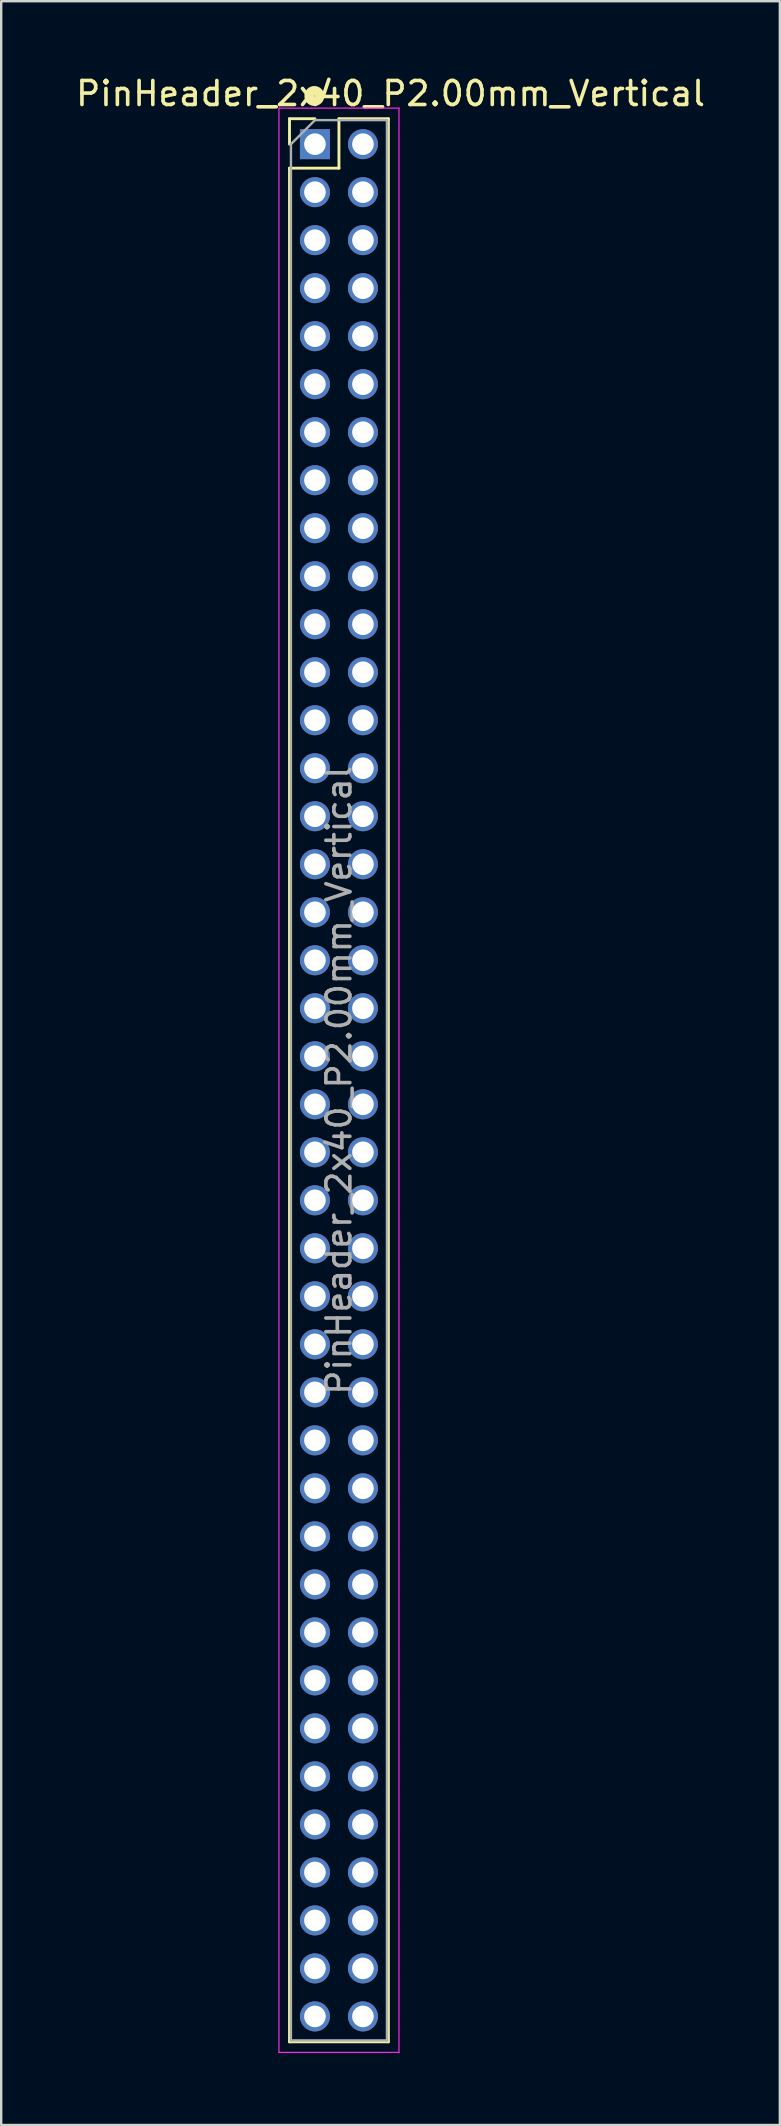
<source format=kicad_pcb>
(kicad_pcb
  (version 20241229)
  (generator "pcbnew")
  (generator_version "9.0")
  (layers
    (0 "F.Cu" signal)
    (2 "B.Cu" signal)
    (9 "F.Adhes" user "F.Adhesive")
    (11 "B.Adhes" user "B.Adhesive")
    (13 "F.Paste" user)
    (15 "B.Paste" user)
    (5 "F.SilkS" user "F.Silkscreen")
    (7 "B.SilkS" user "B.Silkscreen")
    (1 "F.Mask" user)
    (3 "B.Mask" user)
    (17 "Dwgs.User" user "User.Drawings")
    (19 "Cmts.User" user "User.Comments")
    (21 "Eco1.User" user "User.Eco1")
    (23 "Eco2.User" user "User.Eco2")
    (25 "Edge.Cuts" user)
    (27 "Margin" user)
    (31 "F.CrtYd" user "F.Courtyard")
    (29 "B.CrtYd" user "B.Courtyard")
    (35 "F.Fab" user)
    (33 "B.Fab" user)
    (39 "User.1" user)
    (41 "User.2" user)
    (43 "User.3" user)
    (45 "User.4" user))
  (footprint "PinHeader_2x40_P2.00mm_Vertical"
    (layer "F.Cu")
    (at 10.071 2.956)
    (property "Reference" "PinHeader_2x40_P2.00mm_Vertical" (at 3.15 -2.108 0) (layer "F.SilkS") (effects (font (size 1 1) (thickness 0.15))))
    (attr through_hole)
    (fp_line (start -1.06 -1.06) (end 0 -1.06) (stroke (width 0.12) (type solid)) (layer "F.SilkS"))
    (fp_line (start -1.06 0) (end -1.06 -1.06) (stroke (width 0.12) (type solid)) (layer "F.SilkS"))
    (fp_line (start -1.06 1) (end -1.06 79.06) (stroke (width 0.12) (type solid)) (layer "F.SilkS"))
    (fp_line (start -1.06 1) (end 1 1) (stroke (width 0.12) (type solid)) (layer "F.SilkS"))
    (fp_line (start -1.06 79.06) (end 3.06 79.06) (stroke (width 0.12) (type solid)) (layer "F.SilkS"))
    (fp_line (start 1 -1.06) (end 3.06 -1.06) (stroke (width 0.12) (type solid)) (layer "F.SilkS"))
    (fp_line (start 1 1) (end 1 -1.06) (stroke (width 0.12) (type solid)) (layer "F.SilkS"))
    (fp_line (start 3.06 -1.06) (end 3.06 79.06) (stroke (width 0.12) (type solid)) (layer "F.SilkS"))
    (fp_circle (center -0.025 -2.007) (end 0.19 -2.007) (stroke (width 0.4) (type default)) (fill no) (layer "F.SilkS"))
    (fp_line (start -1.5 -1.5) (end -1.5 79.5) (stroke (width 0.05) (type solid)) (layer "F.CrtYd"))
    (fp_line (start -1.5 79.5) (end 3.5 79.5) (stroke (width 0.05) (type solid)) (layer "F.CrtYd"))
    (fp_line (start 3.5 -1.5) (end -1.5 -1.5) (stroke (width 0.05) (type solid)) (layer "F.CrtYd"))
    (fp_line (start 3.5 79.5) (end 3.5 -1.5) (stroke (width 0.05) (type solid)) (layer "F.CrtYd"))
    (fp_line (start -1 0) (end 0 -1) (stroke (width 0.1) (type solid)) (layer "F.Fab"))
    (fp_line (start -1 79) (end -1 0) (stroke (width 0.1) (type solid)) (layer "F.Fab"))
    (fp_line (start 0 -1) (end 3 -1) (stroke (width 0.1) (type solid)) (layer "F.Fab"))
    (fp_line (start 3 -1) (end 3 79) (stroke (width 0.1) (type solid)) (layer "F.Fab"))
    (fp_line (start 3 79) (end -1 79) (stroke (width 0.1) (type solid)) (layer "F.Fab"))
    (fp_text user "${REFERENCE}" (at 1 39 90) (layer "F.Fab") (effects (font (size 1 1) (thickness 0.15))))
    (pad "1" thru_hole rect (at 0 0) (size 1.25 1.25) (drill 0.9) (layers "*.Cu" "*.Mask"))
    (pad "2" thru_hole oval (at 2 0) (size 1.25 1.25) (drill 0.9) (layers "*.Cu" "*.Mask"))
    (pad "3" thru_hole oval (at 0 2) (size 1.25 1.25) (drill 0.9) (layers "*.Cu" "*.Mask"))
    (pad "4" thru_hole oval (at 2 2) (size 1.25 1.25) (drill 0.9) (layers "*.Cu" "*.Mask"))
    (pad "5" thru_hole oval (at 0 4) (size 1.25 1.25) (drill 0.9) (layers "*.Cu" "*.Mask"))
    (pad "6" thru_hole oval (at 2 4) (size 1.25 1.25) (drill 0.9) (layers "*.Cu" "*.Mask"))
    (pad "7" thru_hole oval (at 0 6) (size 1.25 1.25) (drill 0.9) (layers "*.Cu" "*.Mask"))
    (pad "8" thru_hole oval (at 2 6) (size 1.25 1.25) (drill 0.9) (layers "*.Cu" "*.Mask"))
    (pad "9" thru_hole oval (at 0 8) (size 1.25 1.25) (drill 0.9) (layers "*.Cu" "*.Mask"))
    (pad "10" thru_hole oval (at 2 8) (size 1.25 1.25) (drill 0.9) (layers "*.Cu" "*.Mask"))
    (pad "11" thru_hole oval (at 0 10) (size 1.25 1.25) (drill 0.9) (layers "*.Cu" "*.Mask"))
    (pad "12" thru_hole oval (at 2 10) (size 1.25 1.25) (drill 0.9) (layers "*.Cu" "*.Mask"))
    (pad "13" thru_hole oval (at 0 12) (size 1.25 1.25) (drill 0.9) (layers "*.Cu" "*.Mask"))
    (pad "14" thru_hole oval (at 2 12) (size 1.25 1.25) (drill 0.9) (layers "*.Cu" "*.Mask"))
    (pad "15" thru_hole oval (at 0 14) (size 1.25 1.25) (drill 0.9) (layers "*.Cu" "*.Mask"))
    (pad "16" thru_hole oval (at 2 14) (size 1.25 1.25) (drill 0.9) (layers "*.Cu" "*.Mask"))
    (pad "17" thru_hole oval (at 0 16) (size 1.25 1.25) (drill 0.9) (layers "*.Cu" "*.Mask"))
    (pad "18" thru_hole oval (at 2 16) (size 1.25 1.25) (drill 0.9) (layers "*.Cu" "*.Mask"))
    (pad "19" thru_hole oval (at 0 18) (size 1.25 1.25) (drill 0.9) (layers "*.Cu" "*.Mask"))
    (pad "20" thru_hole oval (at 2 18) (size 1.25 1.25) (drill 0.9) (layers "*.Cu" "*.Mask"))
    (pad "21" thru_hole oval (at 0 20) (size 1.25 1.25) (drill 0.9) (layers "*.Cu" "*.Mask"))
    (pad "22" thru_hole oval (at 2 20) (size 1.25 1.25) (drill 0.9) (layers "*.Cu" "*.Mask"))
    (pad "23" thru_hole oval (at 0 22) (size 1.25 1.25) (drill 0.9) (layers "*.Cu" "*.Mask"))
    (pad "24" thru_hole oval (at 2 22) (size 1.25 1.25) (drill 0.9) (layers "*.Cu" "*.Mask"))
    (pad "25" thru_hole oval (at 0 24) (size 1.25 1.25) (drill 0.9) (layers "*.Cu" "*.Mask"))
    (pad "26" thru_hole oval (at 2 24) (size 1.25 1.25) (drill 0.9) (layers "*.Cu" "*.Mask"))
    (pad "27" thru_hole oval (at 0 26) (size 1.25 1.25) (drill 0.9) (layers "*.Cu" "*.Mask"))
    (pad "28" thru_hole oval (at 2 26) (size 1.25 1.25) (drill 0.9) (layers "*.Cu" "*.Mask"))
    (pad "29" thru_hole oval (at 0 28) (size 1.25 1.25) (drill 0.9) (layers "*.Cu" "*.Mask"))
    (pad "30" thru_hole oval (at 2 28) (size 1.25 1.25) (drill 0.9) (layers "*.Cu" "*.Mask"))
    (pad "31" thru_hole oval (at 0 30) (size 1.25 1.25) (drill 0.9) (layers "*.Cu" "*.Mask"))
    (pad "32" thru_hole oval (at 2 30) (size 1.25 1.25) (drill 0.9) (layers "*.Cu" "*.Mask"))
    (pad "33" thru_hole oval (at 0 32) (size 1.25 1.25) (drill 0.9) (layers "*.Cu" "*.Mask"))
    (pad "34" thru_hole oval (at 2 32) (size 1.25 1.25) (drill 0.9) (layers "*.Cu" "*.Mask"))
    (pad "35" thru_hole oval (at 0 34) (size 1.25 1.25) (drill 0.9) (layers "*.Cu" "*.Mask"))
    (pad "36" thru_hole oval (at 2 34) (size 1.25 1.25) (drill 0.9) (layers "*.Cu" "*.Mask"))
    (pad "37" thru_hole oval (at 0 36) (size 1.25 1.25) (drill 0.9) (layers "*.Cu" "*.Mask"))
    (pad "38" thru_hole oval (at 2 36) (size 1.25 1.25) (drill 0.9) (layers "*.Cu" "*.Mask"))
    (pad "39" thru_hole oval (at 0 38) (size 1.25 1.25) (drill 0.9) (layers "*.Cu" "*.Mask"))
    (pad "40" thru_hole oval (at 2 38) (size 1.25 1.25) (drill 0.9) (layers "*.Cu" "*.Mask"))
    (pad "41" thru_hole oval (at 0 40) (size 1.25 1.25) (drill 0.9) (layers "*.Cu" "*.Mask"))
    (pad "42" thru_hole oval (at 2 40) (size 1.25 1.25) (drill 0.9) (layers "*.Cu" "*.Mask"))
    (pad "43" thru_hole oval (at 0 42) (size 1.25 1.25) (drill 0.9) (layers "*.Cu" "*.Mask"))
    (pad "44" thru_hole oval (at 2 42) (size 1.25 1.25) (drill 0.9) (layers "*.Cu" "*.Mask"))
    (pad "45" thru_hole oval (at 0 44) (size 1.25 1.25) (drill 0.9) (layers "*.Cu" "*.Mask"))
    (pad "46" thru_hole oval (at 2 44) (size 1.25 1.25) (drill 0.9) (layers "*.Cu" "*.Mask"))
    (pad "47" thru_hole oval (at 0 46) (size 1.25 1.25) (drill 0.9) (layers "*.Cu" "*.Mask"))
    (pad "48" thru_hole oval (at 2 46) (size 1.25 1.25) (drill 0.9) (layers "*.Cu" "*.Mask"))
    (pad "49" thru_hole oval (at 0 48) (size 1.25 1.25) (drill 0.9) (layers "*.Cu" "*.Mask"))
    (pad "50" thru_hole oval (at 2 48) (size 1.25 1.25) (drill 0.9) (layers "*.Cu" "*.Mask"))
    (pad "51" thru_hole oval (at 0 50) (size 1.25 1.25) (drill 0.9) (layers "*.Cu" "*.Mask"))
    (pad "52" thru_hole oval (at 2 50) (size 1.25 1.25) (drill 0.9) (layers "*.Cu" "*.Mask"))
    (pad "53" thru_hole oval (at 0 52) (size 1.25 1.25) (drill 0.9) (layers "*.Cu" "*.Mask"))
    (pad "54" thru_hole oval (at 2 52) (size 1.25 1.25) (drill 0.9) (layers "*.Cu" "*.Mask"))
    (pad "55" thru_hole oval (at 0 54) (size 1.25 1.25) (drill 0.9) (layers "*.Cu" "*.Mask"))
    (pad "56" thru_hole oval (at 2 54) (size 1.25 1.25) (drill 0.9) (layers "*.Cu" "*.Mask"))
    (pad "57" thru_hole oval (at 0 56) (size 1.25 1.25) (drill 0.9) (layers "*.Cu" "*.Mask"))
    (pad "58" thru_hole oval (at 2 56) (size 1.25 1.25) (drill 0.9) (layers "*.Cu" "*.Mask"))
    (pad "59" thru_hole oval (at 0 58) (size 1.25 1.25) (drill 0.9) (layers "*.Cu" "*.Mask"))
    (pad "60" thru_hole oval (at 2 58) (size 1.25 1.25) (drill 0.9) (layers "*.Cu" "*.Mask"))
    (pad "61" thru_hole oval (at 0 60) (size 1.25 1.25) (drill 0.9) (layers "*.Cu" "*.Mask"))
    (pad "62" thru_hole oval (at 2 60) (size 1.25 1.25) (drill 0.9) (layers "*.Cu" "*.Mask"))
    (pad "63" thru_hole oval (at 0 62) (size 1.25 1.25) (drill 0.9) (layers "*.Cu" "*.Mask"))
    (pad "64" thru_hole oval (at 2 62) (size 1.25 1.25) (drill 0.9) (layers "*.Cu" "*.Mask"))
    (pad "65" thru_hole oval (at 0 64) (size 1.25 1.25) (drill 0.9) (layers "*.Cu" "*.Mask"))
    (pad "66" thru_hole oval (at 2 64) (size 1.25 1.25) (drill 0.9) (layers "*.Cu" "*.Mask"))
    (pad "67" thru_hole oval (at 0 66) (size 1.25 1.25) (drill 0.9) (layers "*.Cu" "*.Mask"))
    (pad "68" thru_hole oval (at 2 66) (size 1.25 1.25) (drill 0.9) (layers "*.Cu" "*.Mask"))
    (pad "69" thru_hole oval (at 0 68) (size 1.25 1.25) (drill 0.9) (layers "*.Cu" "*.Mask"))
    (pad "70" thru_hole oval (at 2 68) (size 1.25 1.25) (drill 0.9) (layers "*.Cu" "*.Mask"))
    (pad "71" thru_hole oval (at 0 70) (size 1.25 1.25) (drill 0.9) (layers "*.Cu" "*.Mask"))
    (pad "72" thru_hole oval (at 2 70) (size 1.25 1.25) (drill 0.9) (layers "*.Cu" "*.Mask"))
    (pad "73" thru_hole oval (at 0 72) (size 1.25 1.25) (drill 0.9) (layers "*.Cu" "*.Mask"))
    (pad "74" thru_hole oval (at 2 72) (size 1.25 1.25) (drill 0.9) (layers "*.Cu" "*.Mask"))
    (pad "75" thru_hole oval (at 0 74) (size 1.25 1.25) (drill 0.9) (layers "*.Cu" "*.Mask"))
    (pad "76" thru_hole oval (at 2 74) (size 1.25 1.25) (drill 0.9) (layers "*.Cu" "*.Mask"))
    (pad "77" thru_hole oval (at 0 76) (size 1.25 1.25) (drill 0.9) (layers "*.Cu" "*.Mask"))
    (pad "78" thru_hole oval (at 2 76) (size 1.25 1.25) (drill 0.9) (layers "*.Cu" "*.Mask"))
    (pad "79" thru_hole oval (at 0 78) (size 1.25 1.25) (drill 0.9) (layers "*.Cu" "*.Mask"))
    (pad "80" thru_hole oval (at 2 78) (size 1.25 1.25) (drill 0.9) (layers "*.Cu" "*.Mask")))
  (gr_rect
    (start -3 -3)
    (end 29.44 85.481)
    (stroke (width 0.1) (type default))
    (fill no)
    (layer "Edge.Cuts")))
</source>
